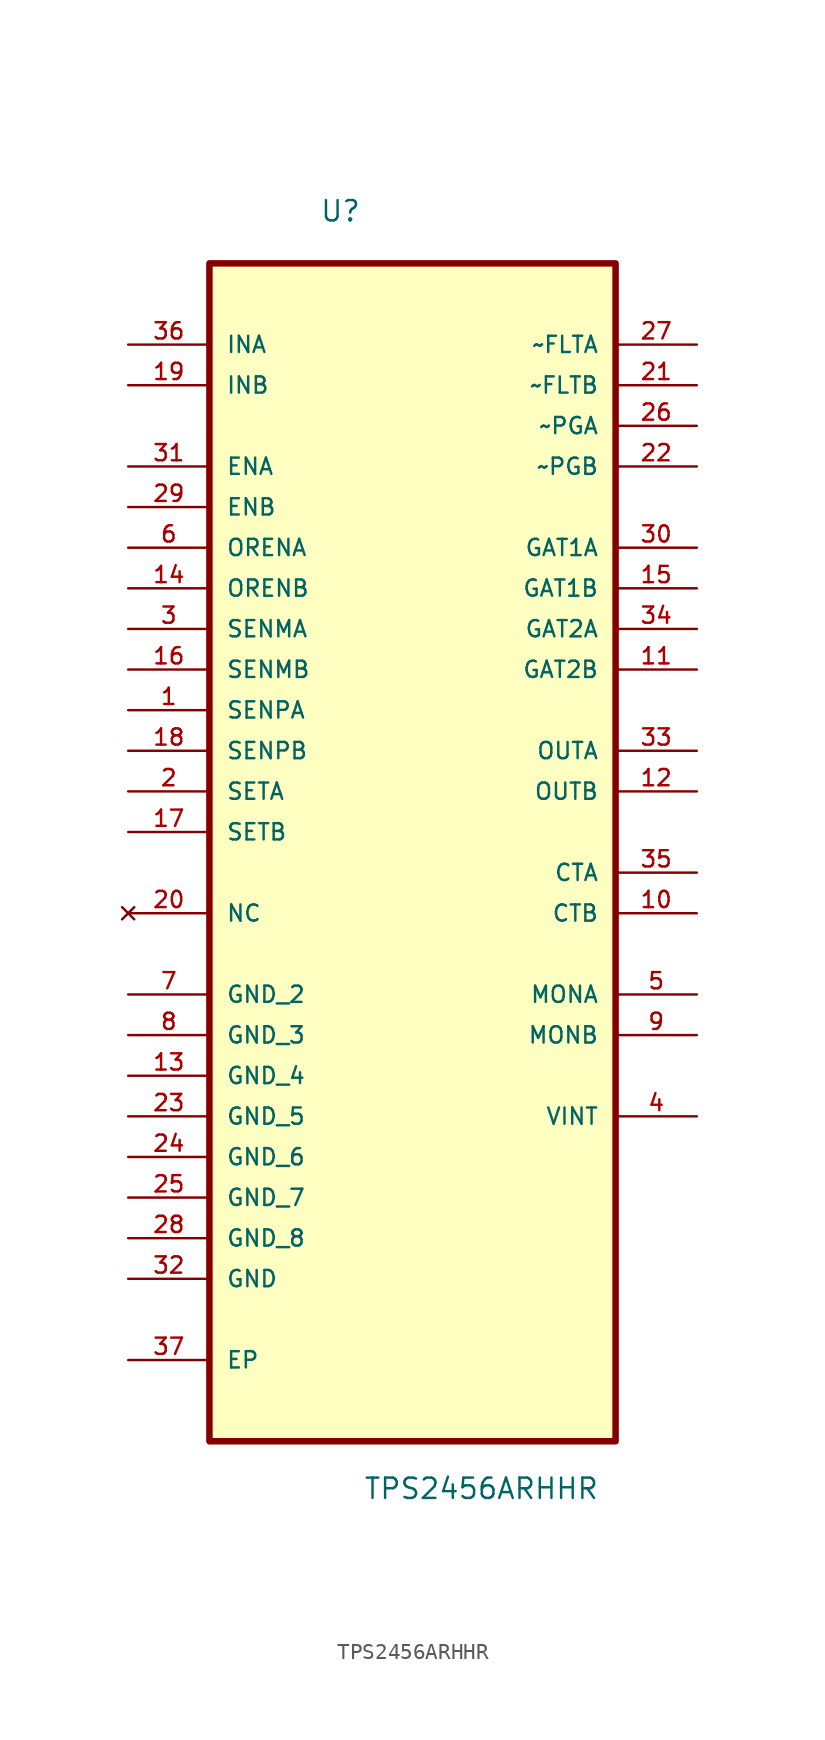
<source format=kicad_sym>
(kicad_symbol_lib
  (version 20211014)
  (generator kicad_symbol_editor)
  (symbol "TPS2456ARHHR"
    (pin_names
      (offset 1.016))
    (property "Reference" "U"
      (at -5.814 35.545 0.0)
      (effects (font (size 1.27 1.27)) (justify bottom left)))
    (property "Value" "TPS2456ARHHR"
      (at -3.084 -44.344 0.0)
      (effects (font (size 1.27 1.27)) (justify bottom left)))
    (symbol "TPS2456ARHHR_0_0"
      (rectangle (start -12.7 -40.64) (end 12.7 33.02) (stroke (width 0.406)) (fill (type background)))
      (pin power_in line (at -17.78 27.94 0) (length 5.08) (name "INA" (effects (font (size 1.016 1.016)))) (number "36" (effects (font (size 1.016 1.016)))))
      (pin power_in line (at -17.78 25.4 0) (length 5.08) (name "INB" (effects (font (size 1.016 1.016)))) (number "19" (effects (font (size 1.016 1.016)))))
      (pin input line (at -17.78 20.32 0) (length 5.08) (name "ENA" (effects (font (size 1.016 1.016)))) (number "31" (effects (font (size 1.016 1.016)))))
      (pin input line (at -17.78 17.78 0) (length 5.08) (name "ENB" (effects (font (size 1.016 1.016)))) (number "29" (effects (font (size 1.016 1.016)))))
      (pin input line (at -17.78 15.24 0) (length 5.08) (name "ORENA" (effects (font (size 1.016 1.016)))) (number "6" (effects (font (size 1.016 1.016)))))
      (pin input line (at -17.78 12.7 0) (length 5.08) (name "ORENB" (effects (font (size 1.016 1.016)))) (number "14" (effects (font (size 1.016 1.016)))))
      (pin input line (at -17.78 10.16 0) (length 5.08) (name "SENMA" (effects (font (size 1.016 1.016)))) (number "3" (effects (font (size 1.016 1.016)))))
      (pin input line (at -17.78 7.62 0) (length 5.08) (name "SENMB" (effects (font (size 1.016 1.016)))) (number "16" (effects (font (size 1.016 1.016)))))
      (pin input line (at -17.78 5.08 0) (length 5.08) (name "SENPA" (effects (font (size 1.016 1.016)))) (number "1" (effects (font (size 1.016 1.016)))))
      (pin input line (at -17.78 2.54 0) (length 5.08) (name "SENPB" (effects (font (size 1.016 1.016)))) (number "18" (effects (font (size 1.016 1.016)))))
      (pin input line (at -17.78 0.0 0) (length 5.08) (name "SETA" (effects (font (size 1.016 1.016)))) (number "2" (effects (font (size 1.016 1.016)))))
      (pin input line (at -17.78 -2.54 0) (length 5.08) (name "SETB" (effects (font (size 1.016 1.016)))) (number "17" (effects (font (size 1.016 1.016)))))
      (pin no_connect line (at -17.78 -7.62 0) (length 5.08) (name "NC" (effects (font (size 1.016 1.016)))) (number "20" (effects (font (size 1.016 1.016)))))
      (pin passive line (at -17.78 -12.7 0) (length 5.08) (name "GND_2" (effects (font (size 1.016 1.016)))) (number "7" (effects (font (size 1.016 1.016)))))
      (pin passive line (at -17.78 -15.24 0) (length 5.08) (name "GND_3" (effects (font (size 1.016 1.016)))) (number "8" (effects (font (size 1.016 1.016)))))
      (pin passive line (at -17.78 -17.78 0) (length 5.08) (name "GND_4" (effects (font (size 1.016 1.016)))) (number "13" (effects (font (size 1.016 1.016)))))
      (pin passive line (at -17.78 -20.32 0) (length 5.08) (name "GND_5" (effects (font (size 1.016 1.016)))) (number "23" (effects (font (size 1.016 1.016)))))
      (pin passive line (at -17.78 -22.86 0) (length 5.08) (name "GND_6" (effects (font (size 1.016 1.016)))) (number "24" (effects (font (size 1.016 1.016)))))
      (pin passive line (at -17.78 -25.4 0) (length 5.08) (name "GND_7" (effects (font (size 1.016 1.016)))) (number "25" (effects (font (size 1.016 1.016)))))
      (pin passive line (at -17.78 -27.94 0) (length 5.08) (name "GND_8" (effects (font (size 1.016 1.016)))) (number "28" (effects (font (size 1.016 1.016)))))
      (pin passive line (at -17.78 -30.48 0) (length 5.08) (name "GND" (effects (font (size 1.016 1.016)))) (number "32" (effects (font (size 1.016 1.016)))))
      (pin passive line (at -17.78 -35.56 0) (length 5.08) (name "EP" (effects (font (size 1.016 1.016)))) (number "37" (effects (font (size 1.016 1.016)))))
      (pin output line (at 17.78 27.94 180.0) (length 5.08) (name "~FLTA" (effects (font (size 1.016 1.016)))) (number "27" (effects (font (size 1.016 1.016)))))
      (pin output line (at 17.78 25.4 180.0) (length 5.08) (name "~FLTB" (effects (font (size 1.016 1.016)))) (number "21" (effects (font (size 1.016 1.016)))))
      (pin output line (at 17.78 22.86 180.0) (length 5.08) (name "~PGA" (effects (font (size 1.016 1.016)))) (number "26" (effects (font (size 1.016 1.016)))))
      (pin output line (at 17.78 20.32 180.0) (length 5.08) (name "~PGB" (effects (font (size 1.016 1.016)))) (number "22" (effects (font (size 1.016 1.016)))))
      (pin output line (at 17.78 15.24 180.0) (length 5.08) (name "GAT1A" (effects (font (size 1.016 1.016)))) (number "30" (effects (font (size 1.016 1.016)))))
      (pin output line (at 17.78 12.7 180.0) (length 5.08) (name "GAT1B" (effects (font (size 1.016 1.016)))) (number "15" (effects (font (size 1.016 1.016)))))
      (pin output line (at 17.78 10.16 180.0) (length 5.08) (name "GAT2A" (effects (font (size 1.016 1.016)))) (number "34" (effects (font (size 1.016 1.016)))))
      (pin output line (at 17.78 7.62 180.0) (length 5.08) (name "GAT2B" (effects (font (size 1.016 1.016)))) (number "11" (effects (font (size 1.016 1.016)))))
      (pin output line (at 17.78 2.54 180.0) (length 5.08) (name "OUTA" (effects (font (size 1.016 1.016)))) (number "33" (effects (font (size 1.016 1.016)))))
      (pin bidirectional line (at 17.78 0.0 180.0) (length 5.08) (name "OUTB" (effects (font (size 1.016 1.016)))) (number "12" (effects (font (size 1.016 1.016)))))
      (pin bidirectional line (at 17.78 -5.08 180.0) (length 5.08) (name "CTA" (effects (font (size 1.016 1.016)))) (number "35" (effects (font (size 1.016 1.016)))))
      (pin bidirectional line (at 17.78 -7.62 180.0) (length 5.08) (name "CTB" (effects (font (size 1.016 1.016)))) (number "10" (effects (font (size 1.016 1.016)))))
      (pin bidirectional line (at 17.78 -12.7 180.0) (length 5.08) (name "MONA" (effects (font (size 1.016 1.016)))) (number "5" (effects (font (size 1.016 1.016)))))
      (pin bidirectional line (at 17.78 -15.24 180.0) (length 5.08) (name "MONB" (effects (font (size 1.016 1.016)))) (number "9" (effects (font (size 1.016 1.016)))))
      (pin bidirectional line (at 17.78 -20.32 180.0) (length 5.08) (name "VINT" (effects (font (size 1.016 1.016)))) (number "4" (effects (font (size 1.016 1.016))))))))
</source>
